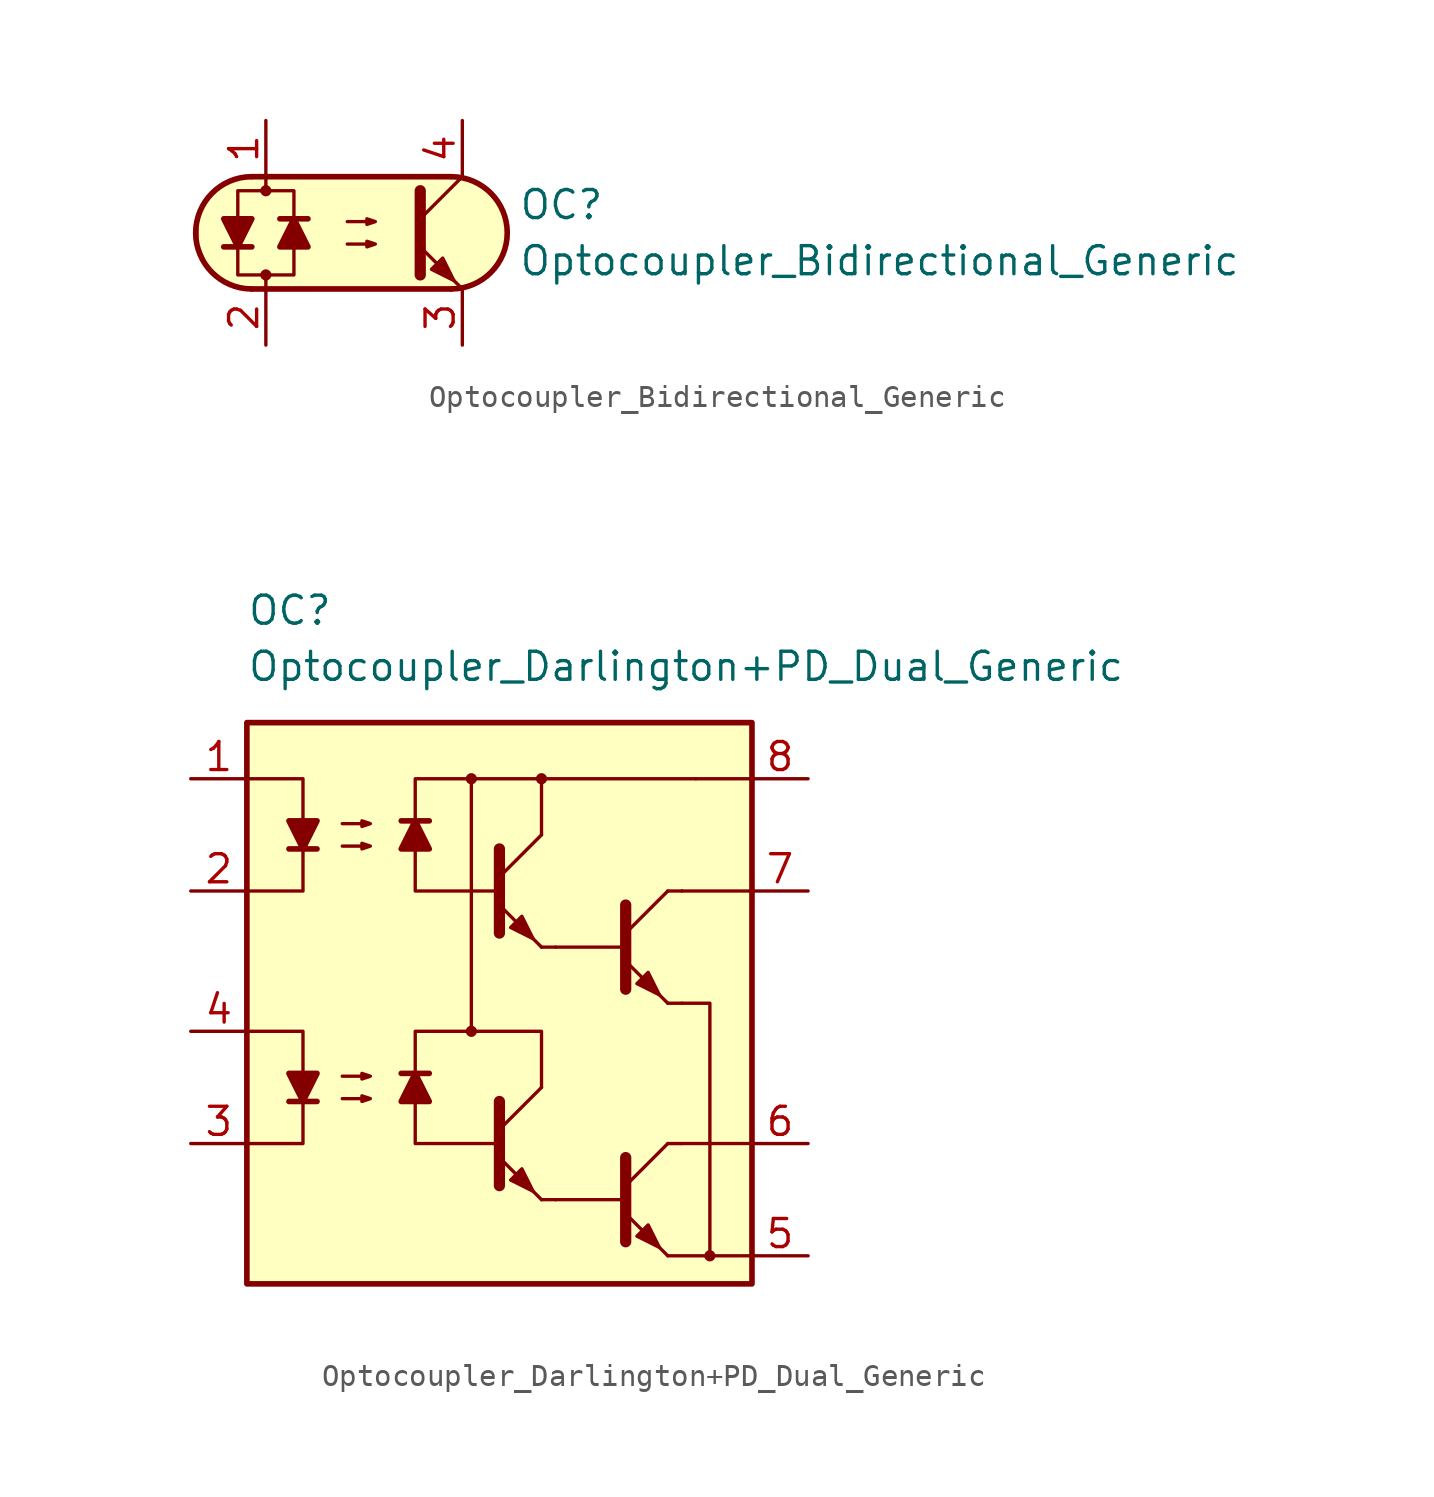
<source format=kicad_sym>
(kicad_symbol_lib
  (version 20231120)
  (generator "kicad_symbol_editor")
  (generator_version "8.0")
  (symbol "Optocoupler_Bidirectional_Generic"
    (pin_names
      (offset 1.016))
    (property "Reference" "OC"
      (at 7.62 1.27 0)
      (effects (font (size 1.27 1.27)) (justify left)))
    (property "Value" "Optocoupler_Bidirectional_Generic"
      (at 7.62 -1.27 0)
      (effects (font (size 1.27 1.27)) (justify left)))
    (symbol "Optocoupler_Bidirectional_Generic_0_1"
      (arc (start -4.4675 2.54) (mid -6.9851 0) (end -4.4675 -2.54) (stroke (width 0.254) (type default)) (fill (type none)))
      (circle (center -3.81 -1.905) (radius 0.178) (stroke (width 0) (type default)) (fill (type outline)))
      (circle (center -3.81 1.905) (radius 0.178) (stroke (width 0) (type default)) (fill (type outline)))
      (polyline (pts (xy -5.715 -0.635) (xy -4.445 -0.635)) (stroke (width 0.254) (type default)) (fill (type none)))
      (polyline (pts (xy -4.445 2.54) (xy 4.572 2.54)) (stroke (width 0.254) (type default)) (fill (type none)))
      (polyline (pts (xy -3.81 1.905) (xy -3.81 2.54)) (stroke (width 0.152) (type default)) (fill (type none)))
      (polyline (pts (xy -1.905 0.635) (xy -3.175 0.635)) (stroke (width 0.254) (type default)) (fill (type none)))
      (polyline (pts (xy 3.175 0.635) (xy 5.08 2.54)) (stroke (width 0) (type default)) (fill (type none)))
      (polyline (pts (xy 4.572 -2.54) (xy -4.445 -2.54)) (stroke (width 0.254) (type default)) (fill (type none)))
      (polyline (pts (xy 5.08 -2.54) (xy 3.175 -0.635)) (stroke (width 0) (type default)) (fill (type outline)))
      (polyline (pts (xy 3.175 1.905) (xy 3.175 -1.905) (xy 3.175 -1.905)) (stroke (width 0.508) (type default)) (fill (type none)))
      (polyline (pts (xy -5.08 -0.635) (xy -5.715 0.635) (xy -4.445 0.635) (xy -5.08 -0.635)) (stroke (width 0.254) (type default)) (fill (type outline)))
      (polyline (pts (xy -2.54 0.635) (xy -1.905 -0.635) (xy -3.175 -0.635) (xy -2.54 0.635)) (stroke (width 0.254) (type default)) (fill (type outline)))
      (polyline (pts (xy -0.127 -0.508) (xy 1.143 -0.508) (xy 0.762 -0.635) (xy 0.762 -0.381) (xy 1.143 -0.508)) (stroke (width 0) (type default)) (fill (type none)))
      (polyline (pts (xy -0.127 0.508) (xy 1.143 0.508) (xy 0.762 0.381) (xy 0.762 0.635) (xy 1.143 0.508)) (stroke (width 0) (type default)) (fill (type none)))
      (polyline (pts (xy 3.683 -1.651) (xy 4.191 -1.143) (xy 4.699 -2.159) (xy 3.683 -1.651) (xy 3.683 -1.651)) (stroke (width 0) (type default)) (fill (type outline)))
      (polyline (pts (xy -3.81 -2.54) (xy -3.81 -1.905) (xy -5.08 -1.905) (xy -5.08 1.905) (xy -2.54 1.905) (xy -2.54 -1.905) (xy -3.81 -1.905)) (stroke (width 0.152) (type default)) (fill (type none)))
      (polyline (pts (xy -3.81 2.54) (xy 4.826 2.54) (xy 5.334 2.413) (xy 5.969 2.159) (xy 6.604 1.524) (xy 6.985 0.762) (xy 7.112 0) (xy 6.985 -0.889) (xy 6.477 -1.651) (xy 5.969 -2.159) (xy 5.334 -2.413) (xy 4.699 -2.54) (xy -5.08 -2.54) (xy -5.08 -2.54) (xy -5.842 -2.032) (xy -6.35 -1.778) (xy -6.858 -0.508) (xy -6.858 0.254) (xy -6.858 1.016) (xy -6.35 1.778) (xy -5.588 2.286) (xy -4.826 2.54) (xy -3.81 2.54)) (stroke (width 0.01) (type default)) (fill (type background)))
      (arc (start 4.5945 -2.54) (mid 7.1121 0) (end 4.5945 2.54) (stroke (width 0.254) (type default)) (fill (type none))))
    (symbol "Optocoupler_Bidirectional_Generic_1_1"
      (pin passive line (at -3.81 5.08 270) (length 2.54) (name "~" (effects (font (size 1.27 1.27)))) (number "1" (effects (font (size 1.27 1.27)))))
      (pin passive line (at -3.81 -5.08 90) (length 2.54) (name "~" (effects (font (size 1.27 1.27)))) (number "2" (effects (font (size 1.27 1.27)))))
      (pin passive line (at 5.08 -5.08 90) (length 2.54) (name "~" (effects (font (size 1.27 1.27)))) (number "3" (effects (font (size 1.27 1.27)))))
      (pin passive line (at 5.08 5.08 270) (length 2.54) (name "~" (effects (font (size 1.27 1.27)))) (number "4" (effects (font (size 1.27 1.27)))))))
  (symbol "Optocoupler_Darlington+PD_Dual_Generic"
    (pin_names
      (offset 1.016))
    (property "Reference" "OC"
      (at -11.43 17.78 0)
      (effects (font (size 1.27 1.27)) (justify left)))
    (property "Value" "Optocoupler_Darlington+PD_Dual_Generic"
      (at -11.43 15.24 0)
      (effects (font (size 1.27 1.27)) (justify left)))
    (symbol "Optocoupler_Darlington+PD_Dual_Generic_0_0"
      (rectangle (start -11.43 12.7) (end 11.43 -12.7) (stroke (width 0.254) (type default)) (fill (type background)))
      (circle (center -1.27 -1.27) (radius 0.178) (stroke (width 0) (type default)) (fill (type outline)))
      (circle (center -1.27 10.16) (radius 0.178) (stroke (width 0) (type default)) (fill (type outline)))
      (circle (center 1.905 10.16) (radius 0.178) (stroke (width 0) (type default)) (fill (type outline)))
      (circle (center 9.525 -11.43) (radius 0.178) (stroke (width 0) (type default)) (fill (type outline))))
    (symbol "Optocoupler_Darlington+PD_Dual_Generic_0_1"
      (polyline (pts (xy -9.525 -4.445) (xy -8.255 -4.445)) (stroke (width 0.254) (type default)) (fill (type none)))
      (polyline (pts (xy 0 -5.715) (xy 1.905 -3.81)) (stroke (width 0) (type default)) (fill (type none)))
      (polyline (pts (xy 1.905 -8.89) (xy 0 -6.985)) (stroke (width 0) (type default)) (fill (type outline)))
      (polyline (pts (xy 1.905 -8.89) (xy 2.54 -8.89)) (stroke (width 0) (type default)) (fill (type none)))
      (polyline (pts (xy 1.905 7.62) (xy 1.905 10.16)) (stroke (width 0.152) (type default)) (fill (type none)))
      (polyline (pts (xy 2.54 -8.89) (xy 5.715 -8.89)) (stroke (width 0.152) (type default)) (fill (type none)))
      (polyline (pts (xy 2.54 2.54) (xy 5.715 2.54)) (stroke (width 0.152) (type default)) (fill (type none)))
      (polyline (pts (xy 5.715 -8.255) (xy 7.62 -6.35)) (stroke (width 0) (type default)) (fill (type none)))
      (polyline (pts (xy 5.715 3.175) (xy 7.62 5.08)) (stroke (width 0) (type default)) (fill (type none)))
      (polyline (pts (xy 7.62 -11.43) (xy 5.715 -9.525)) (stroke (width 0) (type default)) (fill (type outline)))
      (polyline (pts (xy 7.62 -11.43) (xy 11.43 -11.43)) (stroke (width 0.152) (type default)) (fill (type none)))
      (polyline (pts (xy 7.62 -6.35) (xy 8.255 -6.35)) (stroke (width 0) (type default)) (fill (type none)))
      (polyline (pts (xy 7.62 0) (xy 5.715 1.905)) (stroke (width 0) (type default)) (fill (type outline)))
      (polyline (pts (xy 7.62 0) (xy 8.255 0)) (stroke (width 0) (type default)) (fill (type none)))
      (polyline (pts (xy 7.62 5.08) (xy 8.255 5.08)) (stroke (width 0) (type default)) (fill (type none)))
      (polyline (pts (xy 8.255 -6.35) (xy 11.43 -6.35)) (stroke (width 0.152) (type default)) (fill (type none)))
      (polyline (pts (xy 8.255 5.08) (xy 11.43 5.08)) (stroke (width 0.152) (type default)) (fill (type none)))
      (polyline (pts (xy 8.89 10.16) (xy 11.43 10.16)) (stroke (width 0.152) (type default)) (fill (type none)))
      (polyline (pts (xy -11.43 -1.27) (xy -8.89 -1.27) (xy -8.89 -4.445)) (stroke (width 0) (type default)) (fill (type none)))
      (polyline (pts (xy -8.89 -4.445) (xy -8.89 -6.35) (xy -11.43 -6.35)) (stroke (width 0) (type default)) (fill (type none)))
      (polyline (pts (xy 0 -4.445) (xy 0 -8.255) (xy 0 -8.255)) (stroke (width 0.508) (type default)) (fill (type none)))
      (polyline (pts (xy 1.905 -3.81) (xy 1.905 -1.27) (xy -1.27 -1.27)) (stroke (width 0.152) (type default)) (fill (type none)))
      (polyline (pts (xy 5.715 -6.985) (xy 5.715 -10.795) (xy 5.715 -10.795)) (stroke (width 0.508) (type default)) (fill (type none)))
      (polyline (pts (xy 5.715 4.445) (xy 5.715 0.635) (xy 5.715 0.635)) (stroke (width 0.508) (type default)) (fill (type none)))
      (polyline (pts (xy 8.255 0) (xy 9.525 0) (xy 9.525 -11.43)) (stroke (width 0.152) (type default)) (fill (type none)))
      (polyline (pts (xy -8.89 -4.445) (xy -9.525 -3.175) (xy -8.255 -3.175) (xy -8.89 -4.445)) (stroke (width 0.254) (type default)) (fill (type outline)))
      (polyline (pts (xy 0 5.08) (xy -3.81 5.08) (xy -3.81 10.16) (xy 8.89 10.16)) (stroke (width 0.152) (type default)) (fill (type none)))
      (polyline (pts (xy -7.112 -4.318) (xy -5.842 -4.318) (xy -6.223 -4.445) (xy -6.223 -4.191) (xy -5.842 -4.318)) (stroke (width 0) (type default)) (fill (type none)))
      (polyline (pts (xy -7.112 -3.302) (xy -5.842 -3.302) (xy -6.223 -3.429) (xy -6.223 -3.175) (xy -5.842 -3.302)) (stroke (width 0) (type default)) (fill (type none)))
      (polyline (pts (xy 0 -6.35) (xy -3.81 -6.35) (xy -3.81 -1.27) (xy -1.27 -1.27) (xy -1.27 10.16)) (stroke (width 0.152) (type default)) (fill (type none)))
      (polyline (pts (xy 0.508 -8.001) (xy 1.016 -7.493) (xy 1.524 -8.509) (xy 0.508 -8.001) (xy 0.508 -8.001)) (stroke (width 0) (type default)) (fill (type outline)))
      (polyline (pts (xy 6.223 -10.541) (xy 6.731 -10.033) (xy 7.239 -11.049) (xy 6.223 -10.541) (xy 6.223 -10.541)) (stroke (width 0) (type default)) (fill (type outline)))
      (polyline (pts (xy 6.223 0.889) (xy 6.731 1.397) (xy 7.239 0.381) (xy 6.223 0.889) (xy 6.223 0.889)) (stroke (width 0) (type default)) (fill (type outline))))
    (symbol "Optocoupler_Darlington+PD_Dual_Generic_1_1"
      (polyline (pts (xy -9.525 6.985) (xy -8.255 6.985)) (stroke (width 0.254) (type default)) (fill (type none)))
      (polyline (pts (xy -3.175 -3.175) (xy -4.445 -3.175)) (stroke (width 0.254) (type default)) (fill (type none)))
      (polyline (pts (xy -3.175 8.255) (xy -4.445 8.255)) (stroke (width 0.254) (type default)) (fill (type none)))
      (polyline (pts (xy 0 5.715) (xy 1.905 7.62)) (stroke (width 0) (type default)) (fill (type none)))
      (polyline (pts (xy 1.905 2.54) (xy 0 4.445)) (stroke (width 0) (type default)) (fill (type outline)))
      (polyline (pts (xy 1.905 2.54) (xy 2.54 2.54)) (stroke (width 0) (type default)) (fill (type none)))
      (polyline (pts (xy -11.43 10.16) (xy -8.89 10.16) (xy -8.89 6.985)) (stroke (width 0) (type default)) (fill (type none)))
      (polyline (pts (xy -8.89 6.985) (xy -8.89 5.08) (xy -11.43 5.08)) (stroke (width 0) (type default)) (fill (type none)))
      (polyline (pts (xy 0 6.985) (xy 0 3.175) (xy 0 3.175)) (stroke (width 0.508) (type default)) (fill (type none)))
      (polyline (pts (xy -8.89 6.985) (xy -9.525 8.255) (xy -8.255 8.255) (xy -8.89 6.985)) (stroke (width 0.254) (type default)) (fill (type outline)))
      (polyline (pts (xy -3.81 -3.175) (xy -3.175 -4.445) (xy -4.445 -4.445) (xy -3.81 -3.175)) (stroke (width 0.254) (type default)) (fill (type outline)))
      (polyline (pts (xy -3.81 8.255) (xy -3.175 6.985) (xy -4.445 6.985) (xy -3.81 8.255)) (stroke (width 0.254) (type default)) (fill (type outline)))
      (polyline (pts (xy -7.112 7.112) (xy -5.842 7.112) (xy -6.223 6.985) (xy -6.223 7.239) (xy -5.842 7.112)) (stroke (width 0) (type default)) (fill (type none)))
      (polyline (pts (xy -7.112 8.128) (xy -5.842 8.128) (xy -6.223 8.001) (xy -6.223 8.255) (xy -5.842 8.128)) (stroke (width 0) (type default)) (fill (type none)))
      (polyline (pts (xy 0.508 3.429) (xy 1.016 3.937) (xy 1.524 2.921) (xy 0.508 3.429) (xy 0.508 3.429)) (stroke (width 0) (type default)) (fill (type outline)))
      (pin passive line (at -13.97 10.16 0) (length 2.54) (name "~" (effects (font (size 1.27 1.27)))) (number "1" (effects (font (size 1.27 1.27)))))
      (pin passive line (at -13.97 5.08 0) (length 2.54) (name "~" (effects (font (size 1.27 1.27)))) (number "2" (effects (font (size 1.27 1.27)))))
      (pin passive line (at -13.97 -6.35 0) (length 2.54) (name "~" (effects (font (size 1.27 1.27)))) (number "3" (effects (font (size 1.27 1.27)))))
      (pin passive line (at -13.97 -1.27 0) (length 2.54) (name "~" (effects (font (size 1.27 1.27)))) (number "4" (effects (font (size 1.27 1.27)))))
      (pin passive line (at 13.97 -11.43 180) (length 2.54) (name "~" (effects (font (size 1.27 1.27)))) (number "5" (effects (font (size 1.27 1.27)))))
      (pin passive line (at 13.97 -6.35 180) (length 2.54) (name "~" (effects (font (size 1.27 1.27)))) (number "6" (effects (font (size 1.27 1.27)))))
      (pin passive line (at 13.97 5.08 180) (length 2.54) (name "~" (effects (font (size 1.27 1.27)))) (number "7" (effects (font (size 1.27 1.27)))))
      (pin passive line (at 13.97 10.16 180) (length 2.54) (name "~" (effects (font (size 1.27 1.27)))) (number "8" (effects (font (size 1.27 1.27))))))))
</source>
